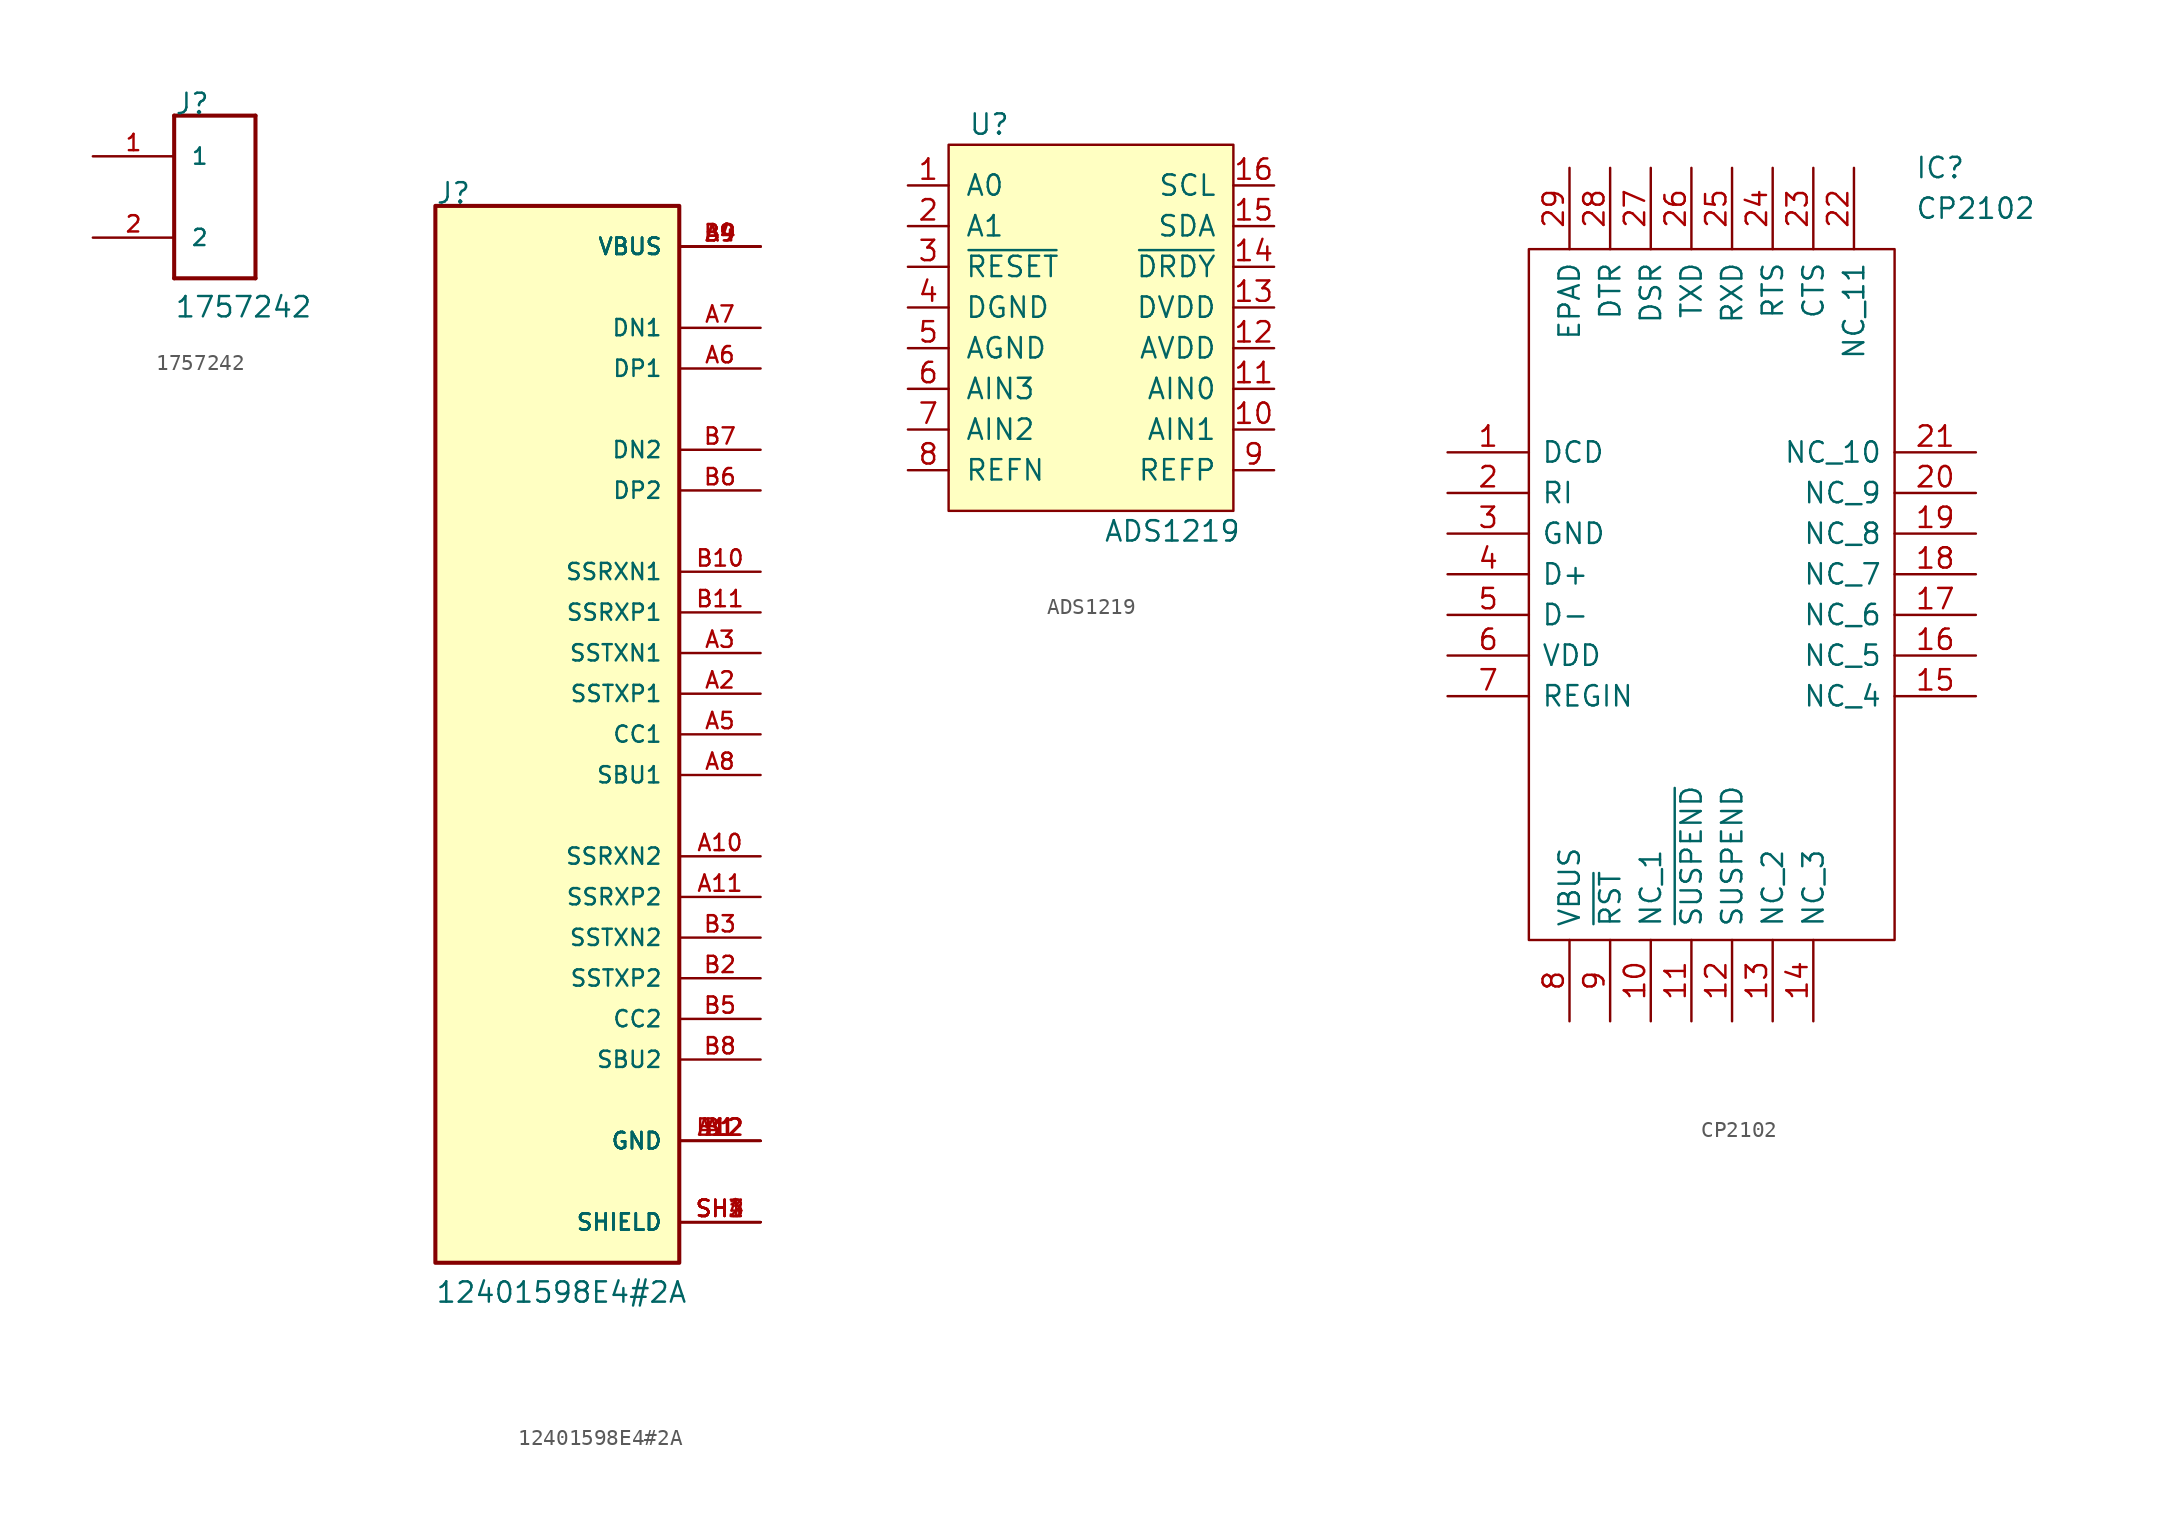
<source format=kicad_sym>
(kicad_symbol_lib
  (version 20211014)
  (generator kicad_symbol_editor)
  (symbol "1757242"
    (pin_names
      (offset 1.016))
    (property "Reference" "J"
      (at -2.54 5.08 0)
      (effects (font (size 1.27 1.27)) (justify left bottom)))
    (property "Value" "1757242"
      (at -2.54 -7.62 0)
      (effects (font (size 1.27 1.27)) (justify left bottom)))
    (property "ki_locked" ""
      (at 0 0 0)
      (effects (font (size 1.27 1.27))))
    (symbol "1757242_0_0"
      (polyline (pts (xy -2.54 -5.08) (xy 2.54 -5.08)) (stroke (width 0.254) (type default) (color 0 0 0 0)) (fill (type none)))
      (polyline (pts (xy -2.54 5.08) (xy -2.54 -5.08)) (stroke (width 0.254) (type default) (color 0 0 0 0)) (fill (type none)))
      (polyline (pts (xy 2.54 -5.08) (xy 2.54 5.08)) (stroke (width 0.254) (type default) (color 0 0 0 0)) (fill (type none)))
      (polyline (pts (xy 2.54 5.08) (xy -2.54 5.08)) (stroke (width 0.254) (type default) (color 0 0 0 0)) (fill (type none)))
      (pin passive line (at -7.62 2.54 0) (length 5.08) (name "1" (effects (font (size 1.016 1.016)))) (number "1" (effects (font (size 1.016 1.016)))))
      (pin passive line (at -7.62 -2.54 0) (length 5.08) (name "2" (effects (font (size 1.016 1.016)))) (number "2" (effects (font (size 1.016 1.016)))))))
  (symbol "12401598E4#2A"
    (pin_names
      (offset 1.016))
    (property "Reference" "J"
      (at -7.62 33.071 0)
      (effects (font (size 1.27 1.27)) (justify left bottom)))
    (property "Value" "12401598E4#2A"
      (at -7.645 -35.611 0)
      (effects (font (size 1.27 1.27)) (justify left bottom)))
    (property "ki_locked" ""
      (at 0 0 0)
      (effects (font (size 1.27 1.27))))
    (symbol "12401598E4#2A_0_0"
      (rectangle (start -7.62 -33.02) (end 7.62 33.02) (stroke (width 0.254) (type default) (color 0 0 0 0)) (fill (type background)))
      (pin passive line (at 12.7 -25.4 180) (length 5.08) (name "GND" (effects (font (size 1.016 1.016)))) (number "A1" (effects (font (size 1.016 1.016)))))
      (pin passive line (at 12.7 -7.62 180) (length 5.08) (name "SSRXN2" (effects (font (size 1.016 1.016)))) (number "A10" (effects (font (size 1.016 1.016)))))
      (pin passive line (at 12.7 -10.16 180) (length 5.08) (name "SSRXP2" (effects (font (size 1.016 1.016)))) (number "A11" (effects (font (size 1.016 1.016)))))
      (pin passive line (at 12.7 -25.4 180) (length 5.08) (name "GND" (effects (font (size 1.016 1.016)))) (number "A12" (effects (font (size 1.016 1.016)))))
      (pin passive line (at 12.7 2.54 180) (length 5.08) (name "SSTXP1" (effects (font (size 1.016 1.016)))) (number "A2" (effects (font (size 1.016 1.016)))))
      (pin passive line (at 12.7 5.08 180) (length 5.08) (name "SSTXN1" (effects (font (size 1.016 1.016)))) (number "A3" (effects (font (size 1.016 1.016)))))
      (pin passive line (at 12.7 30.48 180) (length 5.08) (name "VBUS" (effects (font (size 1.016 1.016)))) (number "A4" (effects (font (size 1.016 1.016)))))
      (pin passive line (at 12.7 0 180) (length 5.08) (name "CC1" (effects (font (size 1.016 1.016)))) (number "A5" (effects (font (size 1.016 1.016)))))
      (pin passive line (at 12.7 22.86 180) (length 5.08) (name "DP1" (effects (font (size 1.016 1.016)))) (number "A6" (effects (font (size 1.016 1.016)))))
      (pin passive line (at 12.7 25.4 180) (length 5.08) (name "DN1" (effects (font (size 1.016 1.016)))) (number "A7" (effects (font (size 1.016 1.016)))))
      (pin passive line (at 12.7 -2.54 180) (length 5.08) (name "SBU1" (effects (font (size 1.016 1.016)))) (number "A8" (effects (font (size 1.016 1.016)))))
      (pin passive line (at 12.7 30.48 180) (length 5.08) (name "VBUS" (effects (font (size 1.016 1.016)))) (number "A9" (effects (font (size 1.016 1.016)))))
      (pin passive line (at 12.7 -25.4 180) (length 5.08) (name "GND" (effects (font (size 1.016 1.016)))) (number "B1" (effects (font (size 1.016 1.016)))))
      (pin passive line (at 12.7 10.16 180) (length 5.08) (name "SSRXN1" (effects (font (size 1.016 1.016)))) (number "B10" (effects (font (size 1.016 1.016)))))
      (pin passive line (at 12.7 7.62 180) (length 5.08) (name "SSRXP1" (effects (font (size 1.016 1.016)))) (number "B11" (effects (font (size 1.016 1.016)))))
      (pin passive line (at 12.7 -25.4 180) (length 5.08) (name "GND" (effects (font (size 1.016 1.016)))) (number "B12" (effects (font (size 1.016 1.016)))))
      (pin passive line (at 12.7 -15.24 180) (length 5.08) (name "SSTXP2" (effects (font (size 1.016 1.016)))) (number "B2" (effects (font (size 1.016 1.016)))))
      (pin passive line (at 12.7 -12.7 180) (length 5.08) (name "SSTXN2" (effects (font (size 1.016 1.016)))) (number "B3" (effects (font (size 1.016 1.016)))))
      (pin passive line (at 12.7 30.48 180) (length 5.08) (name "VBUS" (effects (font (size 1.016 1.016)))) (number "B4" (effects (font (size 1.016 1.016)))))
      (pin passive line (at 12.7 -17.78 180) (length 5.08) (name "CC2" (effects (font (size 1.016 1.016)))) (number "B5" (effects (font (size 1.016 1.016)))))
      (pin passive line (at 12.7 15.24 180) (length 5.08) (name "DP2" (effects (font (size 1.016 1.016)))) (number "B6" (effects (font (size 1.016 1.016)))))
      (pin passive line (at 12.7 17.78 180) (length 5.08) (name "DN2" (effects (font (size 1.016 1.016)))) (number "B7" (effects (font (size 1.016 1.016)))))
      (pin passive line (at 12.7 -20.32 180) (length 5.08) (name "SBU2" (effects (font (size 1.016 1.016)))) (number "B8" (effects (font (size 1.016 1.016)))))
      (pin passive line (at 12.7 30.48 180) (length 5.08) (name "VBUS" (effects (font (size 1.016 1.016)))) (number "B9" (effects (font (size 1.016 1.016)))))
      (pin passive line (at 12.7 -30.48 180) (length 5.08) (name "SHIELD" (effects (font (size 1.016 1.016)))) (number "SH1" (effects (font (size 1.016 1.016)))))
      (pin passive line (at 12.7 -30.48 180) (length 5.08) (name "SHIELD" (effects (font (size 1.016 1.016)))) (number "SH2" (effects (font (size 1.016 1.016)))))
      (pin passive line (at 12.7 -30.48 180) (length 5.08) (name "SHIELD" (effects (font (size 1.016 1.016)))) (number "SH3" (effects (font (size 1.016 1.016)))))
      (pin passive line (at 12.7 -30.48 180) (length 5.08) (name "SHIELD" (effects (font (size 1.016 1.016)))) (number "SH4" (effects (font (size 1.016 1.016)))))))
  (symbol "ADS1219"
    (pin_names
      (offset 1.016))
    (property "Reference" "U"
      (at -6.35 12.7 0)
      (effects (font (size 1.27 1.27))))
    (property "Value" "ADS1219"
      (at 5.08 -12.7 0)
      (effects (font (size 1.27 1.27))))
    (symbol "ADS1219_0_1"
      (rectangle (start 8.89 11.43) (end -8.89 -11.43) (stroke (width 0) (type default) (color 0 0 0 0)) (fill (type background))))
    (symbol "ADS1219_1_1"
      (pin input line (at -11.43 8.89 0) (length 2.54) (name "A0" (effects (font (size 1.27 1.27)))) (number "1" (effects (font (size 1.27 1.27)))))
      (pin input line (at 11.43 -6.35 180) (length 2.54) (name "AIN1" (effects (font (size 1.27 1.27)))) (number "10" (effects (font (size 1.27 1.27)))))
      (pin input line (at 11.43 -3.81 180) (length 2.54) (name "AIN0" (effects (font (size 1.27 1.27)))) (number "11" (effects (font (size 1.27 1.27)))))
      (pin power_in line (at 11.43 -1.27 180) (length 2.54) (name "AVDD" (effects (font (size 1.27 1.27)))) (number "12" (effects (font (size 1.27 1.27)))))
      (pin power_in line (at 11.43 1.27 180) (length 2.54) (name "DVDD" (effects (font (size 1.27 1.27)))) (number "13" (effects (font (size 1.27 1.27)))))
      (pin output line (at 11.43 3.81 180) (length 2.54) (name "~{DRDY}" (effects (font (size 1.27 1.27)))) (number "14" (effects (font (size 1.27 1.27)))))
      (pin bidirectional line (at 11.43 6.35 180) (length 2.54) (name "SDA" (effects (font (size 1.27 1.27)))) (number "15" (effects (font (size 1.27 1.27)))))
      (pin input line (at 11.43 8.89 180) (length 2.54) (name "SCL" (effects (font (size 1.27 1.27)))) (number "16" (effects (font (size 1.27 1.27)))))
      (pin input line (at -11.43 6.35 0) (length 2.54) (name "A1" (effects (font (size 1.27 1.27)))) (number "2" (effects (font (size 1.27 1.27)))))
      (pin input line (at -11.43 3.81 0) (length 2.54) (name "~{RESET}" (effects (font (size 1.27 1.27)))) (number "3" (effects (font (size 1.27 1.27)))))
      (pin power_in line (at -11.43 1.27 0) (length 2.54) (name "DGND" (effects (font (size 1.27 1.27)))) (number "4" (effects (font (size 1.27 1.27)))))
      (pin power_in line (at -11.43 -1.27 0) (length 2.54) (name "AGND" (effects (font (size 1.27 1.27)))) (number "5" (effects (font (size 1.27 1.27)))))
      (pin input line (at -11.43 -3.81 0) (length 2.54) (name "AIN3" (effects (font (size 1.27 1.27)))) (number "6" (effects (font (size 1.27 1.27)))))
      (pin input line (at -11.43 -6.35 0) (length 2.54) (name "AIN2" (effects (font (size 1.27 1.27)))) (number "7" (effects (font (size 1.27 1.27)))))
      (pin input line (at -11.43 -8.89 0) (length 2.54) (name "REFN" (effects (font (size 1.27 1.27)))) (number "8" (effects (font (size 1.27 1.27)))))
      (pin input line (at 11.43 -8.89 180) (length 2.54) (name "REFP" (effects (font (size 1.27 1.27)))) (number "9" (effects (font (size 1.27 1.27)))))))
  (symbol "CP2102"
    (pin_names
      (offset 0.762))
    (property "Reference" "IC"
      (at 29.21 17.78 0)
      (effects (font (size 1.27 1.27)) (justify left)))
    (property "Value" "CP2102"
      (at 29.21 15.24 0)
      (effects (font (size 1.27 1.27)) (justify left)))
    (symbol "CP2102_0_0"
      (pin passive line (at 0 0 0) (length 5.08) (name "DCD" (effects (font (size 1.27 1.27)))) (number "1" (effects (font (size 1.27 1.27)))))
      (pin passive line (at 12.7 -35.56 90) (length 5.08) (name "NC_1" (effects (font (size 1.27 1.27)))) (number "10" (effects (font (size 1.27 1.27)))))
      (pin passive line (at 15.24 -35.56 90) (length 5.08) (name "~{SUSPEND}" (effects (font (size 1.27 1.27)))) (number "11" (effects (font (size 1.27 1.27)))))
      (pin passive line (at 17.78 -35.56 90) (length 5.08) (name "SUSPEND" (effects (font (size 1.27 1.27)))) (number "12" (effects (font (size 1.27 1.27)))))
      (pin passive line (at 20.32 -35.56 90) (length 5.08) (name "NC_2" (effects (font (size 1.27 1.27)))) (number "13" (effects (font (size 1.27 1.27)))))
      (pin passive line (at 22.86 -35.56 90) (length 5.08) (name "NC_3" (effects (font (size 1.27 1.27)))) (number "14" (effects (font (size 1.27 1.27)))))
      (pin passive line (at 33.02 -15.24 180) (length 5.08) (name "NC_4" (effects (font (size 1.27 1.27)))) (number "15" (effects (font (size 1.27 1.27)))))
      (pin passive line (at 33.02 -12.7 180) (length 5.08) (name "NC_5" (effects (font (size 1.27 1.27)))) (number "16" (effects (font (size 1.27 1.27)))))
      (pin passive line (at 33.02 -10.16 180) (length 5.08) (name "NC_6" (effects (font (size 1.27 1.27)))) (number "17" (effects (font (size 1.27 1.27)))))
      (pin passive line (at 33.02 -7.62 180) (length 5.08) (name "NC_7" (effects (font (size 1.27 1.27)))) (number "18" (effects (font (size 1.27 1.27)))))
      (pin passive line (at 33.02 -5.08 180) (length 5.08) (name "NC_8" (effects (font (size 1.27 1.27)))) (number "19" (effects (font (size 1.27 1.27)))))
      (pin passive line (at 0 -2.54 0) (length 5.08) (name "RI" (effects (font (size 1.27 1.27)))) (number "2" (effects (font (size 1.27 1.27)))))
      (pin passive line (at 33.02 -2.54 180) (length 5.08) (name "NC_9" (effects (font (size 1.27 1.27)))) (number "20" (effects (font (size 1.27 1.27)))))
      (pin passive line (at 33.02 0 180) (length 5.08) (name "NC_10" (effects (font (size 1.27 1.27)))) (number "21" (effects (font (size 1.27 1.27)))))
      (pin passive line (at 25.4 17.78 270) (length 5.08) (name "NC_11" (effects (font (size 1.27 1.27)))) (number "22" (effects (font (size 1.27 1.27)))))
      (pin passive line (at 22.86 17.78 270) (length 5.08) (name "CTS" (effects (font (size 1.27 1.27)))) (number "23" (effects (font (size 1.27 1.27)))))
      (pin passive line (at 20.32 17.78 270) (length 5.08) (name "RTS" (effects (font (size 1.27 1.27)))) (number "24" (effects (font (size 1.27 1.27)))))
      (pin passive line (at 17.78 17.78 270) (length 5.08) (name "RXD" (effects (font (size 1.27 1.27)))) (number "25" (effects (font (size 1.27 1.27)))))
      (pin passive line (at 15.24 17.78 270) (length 5.08) (name "TXD" (effects (font (size 1.27 1.27)))) (number "26" (effects (font (size 1.27 1.27)))))
      (pin passive line (at 12.7 17.78 270) (length 5.08) (name "DSR" (effects (font (size 1.27 1.27)))) (number "27" (effects (font (size 1.27 1.27)))))
      (pin passive line (at 10.16 17.78 270) (length 5.08) (name "DTR" (effects (font (size 1.27 1.27)))) (number "28" (effects (font (size 1.27 1.27)))))
      (pin passive line (at 7.62 17.78 270) (length 5.08) (name "EPAD" (effects (font (size 1.27 1.27)))) (number "29" (effects (font (size 1.27 1.27)))))
      (pin passive line (at 0 -5.08 0) (length 5.08) (name "GND" (effects (font (size 1.27 1.27)))) (number "3" (effects (font (size 1.27 1.27)))))
      (pin passive line (at 0 -7.62 0) (length 5.08) (name "D+" (effects (font (size 1.27 1.27)))) (number "4" (effects (font (size 1.27 1.27)))))
      (pin passive line (at 0 -10.16 0) (length 5.08) (name "D-" (effects (font (size 1.27 1.27)))) (number "5" (effects (font (size 1.27 1.27)))))
      (pin passive line (at 0 -12.7 0) (length 5.08) (name "VDD" (effects (font (size 1.27 1.27)))) (number "6" (effects (font (size 1.27 1.27)))))
      (pin passive line (at 0 -15.24 0) (length 5.08) (name "REGIN" (effects (font (size 1.27 1.27)))) (number "7" (effects (font (size 1.27 1.27)))))
      (pin passive line (at 7.62 -35.56 90) (length 5.08) (name "VBUS" (effects (font (size 1.27 1.27)))) (number "8" (effects (font (size 1.27 1.27)))))
      (pin passive line (at 10.16 -35.56 90) (length 5.08) (name "~{RST}" (effects (font (size 1.27 1.27)))) (number "9" (effects (font (size 1.27 1.27))))))
    (symbol "CP2102_0_1"
      (polyline (pts (xy 5.08 12.7) (xy 27.94 12.7) (xy 27.94 -30.48) (xy 5.08 -30.48) (xy 5.08 12.7)) (stroke (width 0.152) (type default) (color 0 0 0 0)) (fill (type none))))))
</source>
